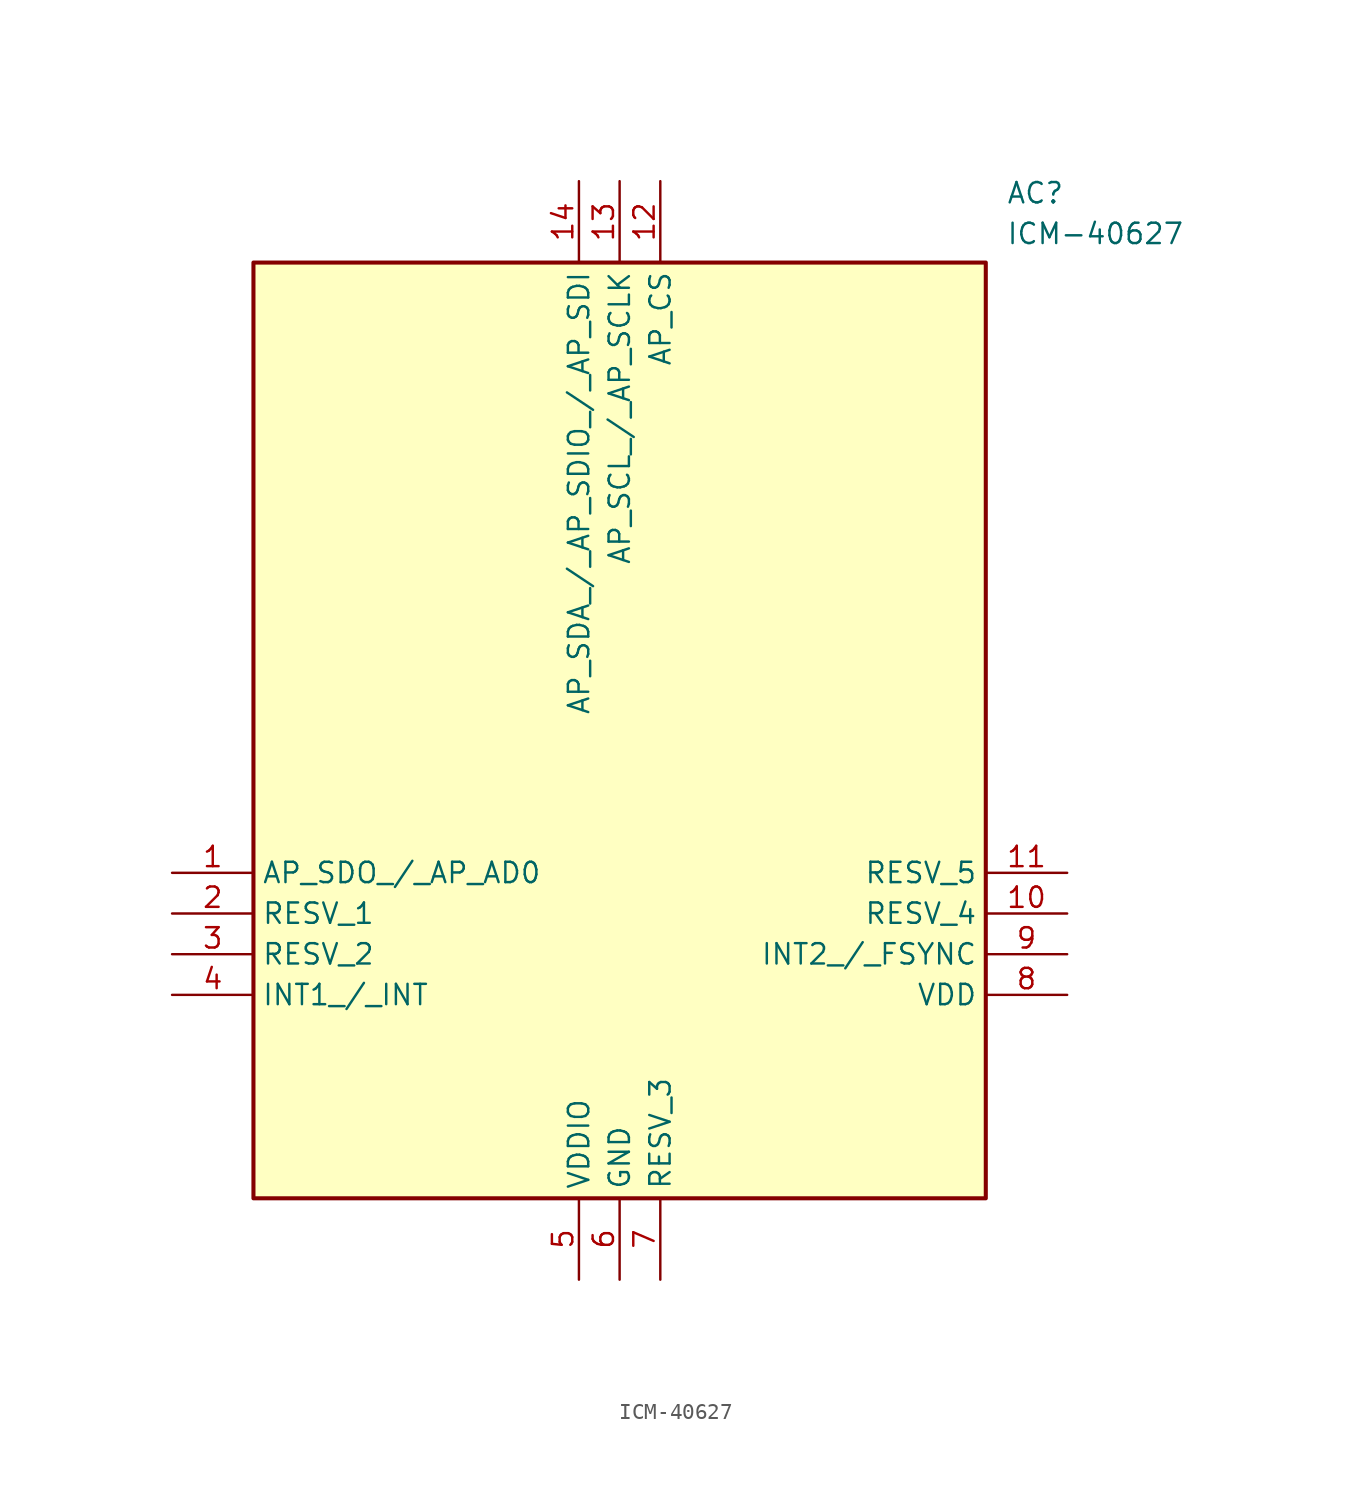
<source format=kicad_sym>
(kicad_symbol_lib
  (version 20211014)
  (generator SamacSys_ECAD_Model)
  (symbol "ICM-40627"
    (property "Reference" "AC"
      (at 52.07 43.18 0)
      (effects (font (size 1.27 1.27)) (justify left top)))
    (property "Value" "ICM-40627"
      (at 52.07 40.64 0)
      (effects (font (size 1.27 1.27)) (justify left top)))
    (rectangle
      (start 5.08 38.1)
      (end 50.8 -20.32)
      (stroke (width 0.254) (type default))
      (fill (type background)))
    (pin passive line
      (at 0 0 0)
      (length 5.08)
      (name "AP_SDO_/_AP_AD0" (effects (font (size 1.27 1.27))))
      (number "1" (effects (font (size 1.27 1.27)))))
    (pin passive line
      (at 0 -2.54 0)
      (length 5.08)
      (name "RESV_1" (effects (font (size 1.27 1.27))))
      (number "2" (effects (font (size 1.27 1.27)))))
    (pin passive line
      (at 0 -5.08 0)
      (length 5.08)
      (name "RESV_2" (effects (font (size 1.27 1.27))))
      (number "3" (effects (font (size 1.27 1.27)))))
    (pin passive line
      (at 0 -7.62 0)
      (length 5.08)
      (name "INT1_/_INT" (effects (font (size 1.27 1.27))))
      (number "4" (effects (font (size 1.27 1.27)))))
    (pin passive line
      (at 25.4 -25.4 90)
      (length 5.08)
      (name "VDDIO" (effects (font (size 1.27 1.27))))
      (number "5" (effects (font (size 1.27 1.27)))))
    (pin passive line
      (at 27.94 -25.4 90)
      (length 5.08)
      (name "GND" (effects (font (size 1.27 1.27))))
      (number "6" (effects (font (size 1.27 1.27)))))
    (pin passive line
      (at 30.48 -25.4 90)
      (length 5.08)
      (name "RESV_3" (effects (font (size 1.27 1.27))))
      (number "7" (effects (font (size 1.27 1.27)))))
    (pin passive line
      (at 55.88 -7.62 180)
      (length 5.08)
      (name "VDD" (effects (font (size 1.27 1.27))))
      (number "8" (effects (font (size 1.27 1.27)))))
    (pin passive line
      (at 55.88 -5.08 180)
      (length 5.08)
      (name "INT2_/_FSYNC" (effects (font (size 1.27 1.27))))
      (number "9" (effects (font (size 1.27 1.27)))))
    (pin passive line
      (at 55.88 -2.54 180)
      (length 5.08)
      (name "RESV_4" (effects (font (size 1.27 1.27))))
      (number "10" (effects (font (size 1.27 1.27)))))
    (pin passive line
      (at 55.88 0 180)
      (length 5.08)
      (name "RESV_5" (effects (font (size 1.27 1.27))))
      (number "11" (effects (font (size 1.27 1.27)))))
    (pin passive line
      (at 30.48 43.18 270)
      (length 5.08)
      (name "AP_CS" (effects (font (size 1.27 1.27))))
      (number "12" (effects (font (size 1.27 1.27)))))
    (pin passive line
      (at 27.94 43.18 270)
      (length 5.08)
      (name "AP_SCL_/_AP_SCLK" (effects (font (size 1.27 1.27))))
      (number "13" (effects (font (size 1.27 1.27)))))
    (pin passive line
      (at 25.4 43.18 270)
      (length 5.08)
      (name "AP_SDA_/_AP_SDIO_/_AP_SDI" (effects (font (size 1.27 1.27))))
      (number "14" (effects (font (size 1.27 1.27)))))))
</source>
